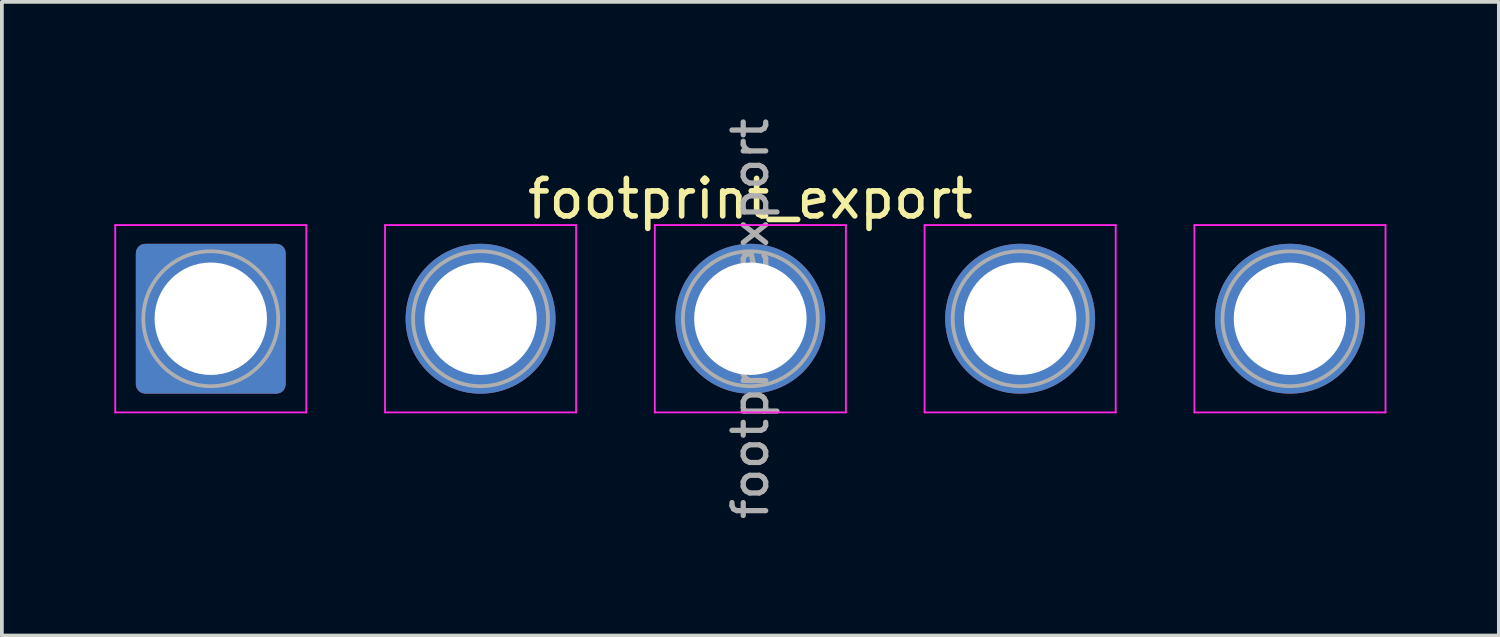
<source format=kicad_pcb>
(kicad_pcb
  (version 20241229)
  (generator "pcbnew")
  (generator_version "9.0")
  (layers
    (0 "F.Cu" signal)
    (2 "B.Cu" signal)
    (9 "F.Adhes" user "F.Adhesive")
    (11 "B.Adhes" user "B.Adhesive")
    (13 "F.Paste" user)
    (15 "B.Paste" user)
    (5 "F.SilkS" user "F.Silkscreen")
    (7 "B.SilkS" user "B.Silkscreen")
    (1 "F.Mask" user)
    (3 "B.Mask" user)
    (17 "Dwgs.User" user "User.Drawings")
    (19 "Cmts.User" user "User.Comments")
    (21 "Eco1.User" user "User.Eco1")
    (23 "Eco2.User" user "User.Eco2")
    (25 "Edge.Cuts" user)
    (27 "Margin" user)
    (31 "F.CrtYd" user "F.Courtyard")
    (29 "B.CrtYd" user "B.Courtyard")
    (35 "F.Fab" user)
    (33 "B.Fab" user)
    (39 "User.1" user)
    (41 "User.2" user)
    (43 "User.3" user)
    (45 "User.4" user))
  (footprint "footprint_export"
    (layer "F.Cu")
    (at 2.575 5.456)
    (property "Reference" "footprint_export" (at 14.4 -3.2 0) (layer "F.SilkS") (effects (font (size 1 1) (thickness 0.15))))
    (attr exclude_from_pos_files exclude_from_bom)
    (fp_line (start -2.55 -2.5) (end -2.55 2.5) (stroke (width 0.05) (type solid)) (layer "F.CrtYd"))
    (fp_line (start -2.55 2.5) (end 2.55 2.5) (stroke (width 0.05) (type solid)) (layer "F.CrtYd"))
    (fp_line (start 2.55 -2.5) (end -2.55 -2.5) (stroke (width 0.05) (type solid)) (layer "F.CrtYd"))
    (fp_line (start 2.55 2.5) (end 2.55 -2.5) (stroke (width 0.05) (type solid)) (layer "F.CrtYd"))
    (fp_line (start 4.65 -2.5) (end 4.65 2.5) (stroke (width 0.05) (type solid)) (layer "F.CrtYd"))
    (fp_line (start 4.65 2.5) (end 9.75 2.5) (stroke (width 0.05) (type solid)) (layer "F.CrtYd"))
    (fp_line (start 9.75 -2.5) (end 4.65 -2.5) (stroke (width 0.05) (type solid)) (layer "F.CrtYd"))
    (fp_line (start 9.75 2.5) (end 9.75 -2.5) (stroke (width 0.05) (type solid)) (layer "F.CrtYd"))
    (fp_line (start 11.85 -2.5) (end 11.85 2.5) (stroke (width 0.05) (type solid)) (layer "F.CrtYd"))
    (fp_line (start 11.85 2.5) (end 16.95 2.5) (stroke (width 0.05) (type solid)) (layer "F.CrtYd"))
    (fp_line (start 16.95 -2.5) (end 11.85 -2.5) (stroke (width 0.05) (type solid)) (layer "F.CrtYd"))
    (fp_line (start 16.95 2.5) (end 16.95 -2.5) (stroke (width 0.05) (type solid)) (layer "F.CrtYd"))
    (fp_line (start 19.05 -2.5) (end 19.05 2.5) (stroke (width 0.05) (type solid)) (layer "F.CrtYd"))
    (fp_line (start 19.05 2.5) (end 24.15 2.5) (stroke (width 0.05) (type solid)) (layer "F.CrtYd"))
    (fp_line (start 24.15 -2.5) (end 19.05 -2.5) (stroke (width 0.05) (type solid)) (layer "F.CrtYd"))
    (fp_line (start 24.15 2.5) (end 24.15 -2.5) (stroke (width 0.05) (type solid)) (layer "F.CrtYd"))
    (fp_line (start 26.25 -2.5) (end 26.25 2.5) (stroke (width 0.05) (type solid)) (layer "F.CrtYd"))
    (fp_line (start 26.25 2.5) (end 31.35 2.5) (stroke (width 0.05) (type solid)) (layer "F.CrtYd"))
    (fp_line (start 31.35 -2.5) (end 26.25 -2.5) (stroke (width 0.05) (type solid)) (layer "F.CrtYd"))
    (fp_line (start 31.35 2.5) (end 31.35 -2.5) (stroke (width 0.05) (type solid)) (layer "F.CrtYd"))
    (fp_circle (center 0 0) (end 1.8 0) (stroke (width 0.1) (type solid)) (fill no) (layer "F.Fab"))
    (fp_circle (center 7.2 0) (end 9 0) (stroke (width 0.1) (type solid)) (fill no) (layer "F.Fab"))
    (fp_circle (center 14.4 0) (end 16.2 0) (stroke (width 0.1) (type solid)) (fill no) (layer "F.Fab"))
    (fp_circle (center 21.6 0) (end 23.4 0) (stroke (width 0.1) (type solid)) (fill no) (layer "F.Fab"))
    (fp_circle (center 28.8 0) (end 30.6 0) (stroke (width 0.1) (type solid)) (fill no) (layer "F.Fab"))
    (fp_text user "${REFERENCE}" (at 14.4 0 90) (layer "F.Fab") (effects (font (size 0.9 0.9) (thickness 0.14))))
    (pad "1" thru_hole roundrect (at 0 0) (size 4 4) (drill 3) (layers "*.Cu" "*.Mask") (roundrect_rratio 0.062))
    (pad "2" thru_hole circle (at 7.2 0) (size 4 4) (drill 3) (layers "*.Cu" "*.Mask"))
    (pad "3" thru_hole circle (at 14.4 0) (size 4 4) (drill 3) (layers "*.Cu" "*.Mask"))
    (pad "4" thru_hole circle (at 21.6 0) (size 4 4) (drill 3) (layers "*.Cu" "*.Mask"))
    (pad "5" thru_hole circle (at 28.8 0) (size 4 4) (drill 3) (layers "*.Cu" "*.Mask")))
  (gr_rect
    (start -3 -3)
    (end 36.95 13.911)
    (stroke (width 0.1) (type default))
    (fill no)
    (layer "Edge.Cuts")))
</source>
